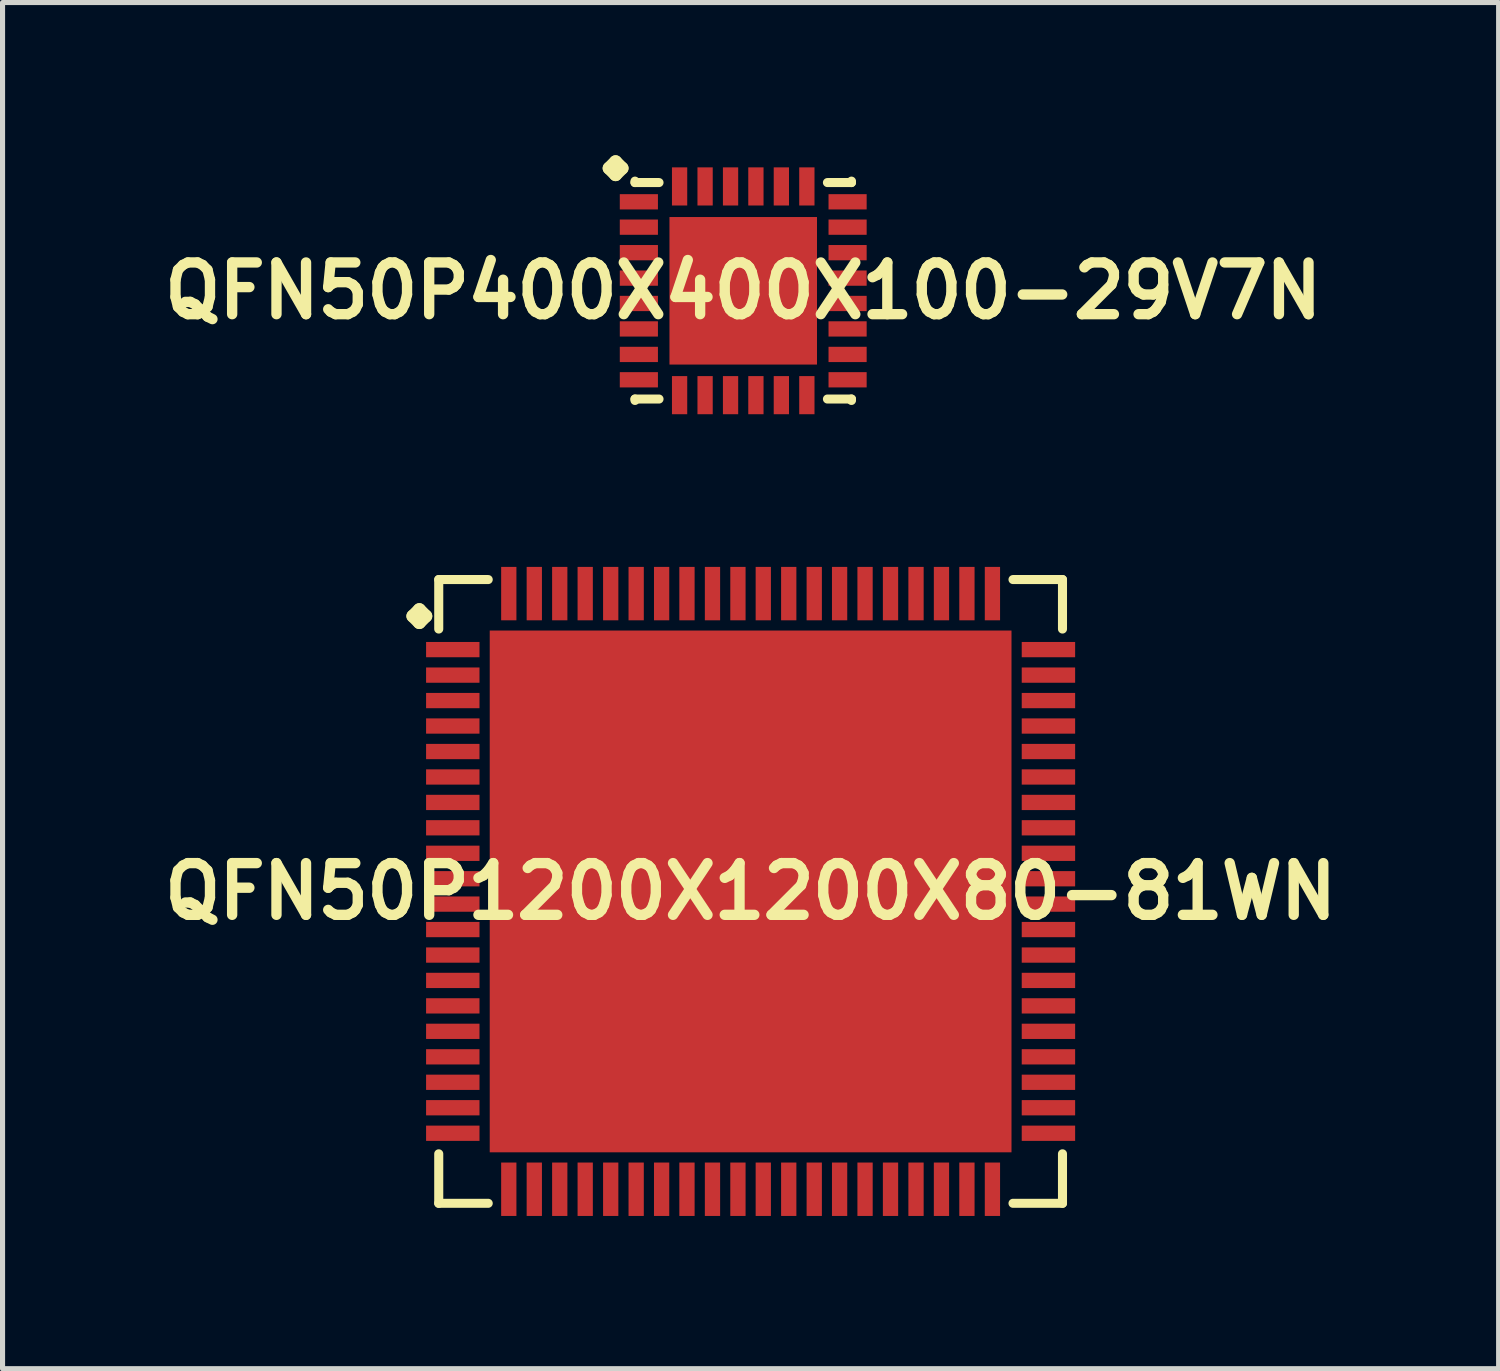
<source format=kicad_pcb>
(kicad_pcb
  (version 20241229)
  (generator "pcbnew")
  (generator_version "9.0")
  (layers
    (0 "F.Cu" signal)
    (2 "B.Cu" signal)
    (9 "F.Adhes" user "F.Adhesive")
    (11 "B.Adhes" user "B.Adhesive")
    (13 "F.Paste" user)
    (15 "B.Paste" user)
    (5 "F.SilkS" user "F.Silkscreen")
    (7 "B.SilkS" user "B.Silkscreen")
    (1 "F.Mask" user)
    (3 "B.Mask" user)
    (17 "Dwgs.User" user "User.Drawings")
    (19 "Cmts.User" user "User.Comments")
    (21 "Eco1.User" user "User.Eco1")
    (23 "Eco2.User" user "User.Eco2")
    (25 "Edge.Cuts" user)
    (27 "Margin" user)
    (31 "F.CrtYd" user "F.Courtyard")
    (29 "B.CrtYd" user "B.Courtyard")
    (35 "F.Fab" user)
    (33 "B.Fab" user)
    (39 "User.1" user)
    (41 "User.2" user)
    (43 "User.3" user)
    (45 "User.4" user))
  (footprint "QFN50P400X400X100-29V7N"
    (layer "F.Cu")
    (at 11.549 2.662)
    (property "Reference" "QFN50P400X400X100-29V7N" (at 0 0 0) (layer "F.SilkS") (effects (font (size 1.016 1.016) (thickness 0.203))))
    (attr smd)
    (fp_line (start -2.634 -2.408) (end -2.507 -2.535) (stroke (width 0.254) (type solid)) (layer "F.SilkS"))
    (fp_line (start -2.507 -2.535) (end -2.38 -2.408) (stroke (width 0.254) (type solid)) (layer "F.SilkS"))
    (fp_line (start -2.507 -2.281) (end -2.634 -2.408) (stroke (width 0.254) (type solid)) (layer "F.SilkS"))
    (fp_line (start -2.38 -2.408) (end -2.507 -2.281) (stroke (width 0.254) (type solid)) (layer "F.SilkS"))
    (fp_line (start -2.126 -2.154) (end -2.126 -2.126) (stroke (width 0.178) (type solid)) (layer "F.SilkS"))
    (fp_line (start -2.126 -2.126) (end -1.654 -2.126) (stroke (width 0.178) (type solid)) (layer "F.SilkS"))
    (fp_line (start -2.126 2.126) (end -1.654 2.126) (stroke (width 0.178) (type solid)) (layer "F.SilkS"))
    (fp_line (start -2.126 2.154) (end -2.126 2.126) (stroke (width 0.178) (type solid)) (layer "F.SilkS"))
    (fp_line (start 1.654 -2.126) (end 2.126 -2.126) (stroke (width 0.178) (type solid)) (layer "F.SilkS"))
    (fp_line (start 1.654 2.126) (end 2.126 2.126) (stroke (width 0.178) (type solid)) (layer "F.SilkS"))
    (fp_line (start 2.126 -2.126) (end 2.126 -2.154) (stroke (width 0.178) (type solid)) (layer "F.SilkS"))
    (fp_line (start 2.126 2.126) (end 2.126 2.154) (stroke (width 0.178) (type solid)) (layer "F.SilkS"))
    (pad "1" smd rect (at -2.05 -1.748) (size 0.749 0.3) (layers "F.Cu" "F.Mask" "F.Paste"))
    (pad "2" smd rect (at -2.05 -1.25) (size 0.749 0.3) (layers "F.Cu" "F.Mask" "F.Paste"))
    (pad "3" smd rect (at -2.05 -0.749) (size 0.749 0.3) (layers "F.Cu" "F.Mask" "F.Paste"))
    (pad "4" smd rect (at -2.05 -0.249) (size 0.749 0.3) (layers "F.Cu" "F.Mask" "F.Paste"))
    (pad "5" smd rect (at -2.05 0.249) (size 0.749 0.3) (layers "F.Cu" "F.Mask" "F.Paste"))
    (pad "6" smd rect (at -2.05 0.749) (size 0.749 0.3) (layers "F.Cu" "F.Mask" "F.Paste"))
    (pad "7" smd rect (at -2.05 1.25) (size 0.749 0.3) (layers "F.Cu" "F.Mask" "F.Paste"))
    (pad "8" smd rect (at -2.05 1.748) (size 0.749 0.3) (layers "F.Cu" "F.Mask" "F.Paste"))
    (pad "9" smd rect (at -1.25 2.05) (size 0.3 0.749) (layers "F.Cu" "F.Mask" "F.Paste"))
    (pad "10" smd rect (at -0.749 2.05) (size 0.3 0.749) (layers "F.Cu" "F.Mask" "F.Paste"))
    (pad "11" smd rect (at -0.249 2.05) (size 0.3 0.749) (layers "F.Cu" "F.Mask" "F.Paste"))
    (pad "12" smd rect (at 0.249 2.05) (size 0.3 0.749) (layers "F.Cu" "F.Mask" "F.Paste"))
    (pad "13" smd rect (at 0.749 2.05) (size 0.3 0.749) (layers "F.Cu" "F.Mask" "F.Paste"))
    (pad "14" smd rect (at 1.25 2.05) (size 0.3 0.749) (layers "F.Cu" "F.Mask" "F.Paste"))
    (pad "15" smd rect (at 2.05 1.748) (size 0.749 0.3) (layers "F.Cu" "F.Mask" "F.Paste"))
    (pad "16" smd rect (at 2.05 1.25) (size 0.749 0.3) (layers "F.Cu" "F.Mask" "F.Paste"))
    (pad "17" smd rect (at 2.05 0.749) (size 0.749 0.3) (layers "F.Cu" "F.Mask" "F.Paste"))
    (pad "18" smd rect (at 2.05 0.249) (size 0.749 0.3) (layers "F.Cu" "F.Mask" "F.Paste"))
    (pad "19" smd rect (at 2.05 -0.249) (size 0.749 0.3) (layers "F.Cu" "F.Mask" "F.Paste"))
    (pad "20" smd rect (at 2.05 -0.749) (size 0.749 0.3) (layers "F.Cu" "F.Mask" "F.Paste"))
    (pad "21" smd rect (at 2.05 -1.25) (size 0.749 0.3) (layers "F.Cu" "F.Mask" "F.Paste"))
    (pad "22" smd rect (at 2.05 -1.748) (size 0.749 0.3) (layers "F.Cu" "F.Mask" "F.Paste"))
    (pad "23" smd rect (at 1.25 -2.05) (size 0.3 0.749) (layers "F.Cu" "F.Mask" "F.Paste"))
    (pad "24" smd rect (at 0.749 -2.05) (size 0.3 0.749) (layers "F.Cu" "F.Mask" "F.Paste"))
    (pad "25" smd rect (at 0.249 -2.05) (size 0.3 0.749) (layers "F.Cu" "F.Mask" "F.Paste"))
    (pad "26" smd rect (at -0.249 -2.05) (size 0.3 0.749) (layers "F.Cu" "F.Mask" "F.Paste"))
    (pad "27" smd rect (at -0.749 -2.05) (size 0.3 0.749) (layers "F.Cu" "F.Mask" "F.Paste"))
    (pad "28" smd rect (at -1.25 -2.05) (size 0.3 0.749) (layers "F.Cu" "F.Mask" "F.Paste"))
    (pad "29" smd rect (at 0 0) (size 2.898 2.898) (layers "F.Cu" "F.Mask" "F.Paste")))
  (footprint "QFN50P1200X1200X80-81WN"
    (layer "F.Cu")
    (at 11.694 14.46)
    (property "Reference" "QFN50P1200X1200X80-81WN" (at 0 0 0) (layer "F.SilkS") (effects (font (size 1.016 1.016) (thickness 0.203))))
    (attr smd)
    (fp_line (start -6.634 -5.408) (end -6.507 -5.535) (stroke (width 0.254) (type solid)) (layer "F.SilkS"))
    (fp_line (start -6.507 -5.535) (end -6.38 -5.408) (stroke (width 0.254) (type solid)) (layer "F.SilkS"))
    (fp_line (start -6.507 -5.281) (end -6.634 -5.408) (stroke (width 0.254) (type solid)) (layer "F.SilkS"))
    (fp_line (start -6.38 -5.408) (end -6.507 -5.281) (stroke (width 0.254) (type solid)) (layer "F.SilkS"))
    (fp_line (start -6.126 -6.126) (end -5.154 -6.126) (stroke (width 0.178) (type solid)) (layer "F.SilkS"))
    (fp_line (start -6.126 -5.154) (end -6.126 -6.126) (stroke (width 0.178) (type solid)) (layer "F.SilkS"))
    (fp_line (start -6.126 5.154) (end -6.126 6.126) (stroke (width 0.178) (type solid)) (layer "F.SilkS"))
    (fp_line (start -6.126 6.126) (end -5.154 6.126) (stroke (width 0.178) (type solid)) (layer "F.SilkS"))
    (fp_line (start 5.154 -6.126) (end 6.126 -6.126) (stroke (width 0.178) (type solid)) (layer "F.SilkS"))
    (fp_line (start 5.154 6.126) (end 6.126 6.126) (stroke (width 0.178) (type solid)) (layer "F.SilkS"))
    (fp_line (start 6.126 -6.126) (end 6.126 -5.154) (stroke (width 0.178) (type solid)) (layer "F.SilkS"))
    (fp_line (start 6.126 6.126) (end 6.126 5.154) (stroke (width 0.178) (type solid)) (layer "F.SilkS"))
    (pad "1" smd rect (at -5.85 -4.75) (size 1.049 0.3) (layers "F.Cu" "F.Mask" "F.Paste"))
    (pad "2" smd rect (at -5.85 -4.249) (size 1.049 0.3) (layers "F.Cu" "F.Mask" "F.Paste"))
    (pad "3" smd rect (at -5.85 -3.749) (size 1.049 0.3) (layers "F.Cu" "F.Mask" "F.Paste"))
    (pad "4" smd rect (at -5.85 -3.249) (size 1.049 0.3) (layers "F.Cu" "F.Mask" "F.Paste"))
    (pad "5" smd rect (at -5.85 -2.748) (size 1.049 0.3) (layers "F.Cu" "F.Mask" "F.Paste"))
    (pad "6" smd rect (at -5.85 -2.248) (size 1.049 0.3) (layers "F.Cu" "F.Mask" "F.Paste"))
    (pad "7" smd rect (at -5.85 -1.748) (size 1.049 0.3) (layers "F.Cu" "F.Mask" "F.Paste"))
    (pad "8" smd rect (at -5.85 -1.25) (size 1.049 0.3) (layers "F.Cu" "F.Mask" "F.Paste"))
    (pad "9" smd rect (at -5.85 -0.749) (size 1.049 0.3) (layers "F.Cu" "F.Mask" "F.Paste"))
    (pad "10" smd rect (at -5.85 -0.249) (size 1.049 0.3) (layers "F.Cu" "F.Mask" "F.Paste"))
    (pad "11" smd rect (at -5.85 0.249) (size 1.049 0.3) (layers "F.Cu" "F.Mask" "F.Paste"))
    (pad "12" smd rect (at -5.85 0.749) (size 1.049 0.3) (layers "F.Cu" "F.Mask" "F.Paste"))
    (pad "13" smd rect (at -5.85 1.25) (size 1.049 0.3) (layers "F.Cu" "F.Mask" "F.Paste"))
    (pad "14" smd rect (at -5.85 1.748) (size 1.049 0.3) (layers "F.Cu" "F.Mask" "F.Paste"))
    (pad "15" smd rect (at -5.85 2.248) (size 1.049 0.3) (layers "F.Cu" "F.Mask" "F.Paste"))
    (pad "16" smd rect (at -5.85 2.748) (size 1.049 0.3) (layers "F.Cu" "F.Mask" "F.Paste"))
    (pad "17" smd rect (at -5.85 3.249) (size 1.049 0.3) (layers "F.Cu" "F.Mask" "F.Paste"))
    (pad "18" smd rect (at -5.85 3.749) (size 1.049 0.3) (layers "F.Cu" "F.Mask" "F.Paste"))
    (pad "19" smd rect (at -5.85 4.249) (size 1.049 0.3) (layers "F.Cu" "F.Mask" "F.Paste"))
    (pad "20" smd rect (at -5.85 4.75) (size 1.049 0.3) (layers "F.Cu" "F.Mask" "F.Paste"))
    (pad "21" smd rect (at -4.75 5.85) (size 0.3 1.049) (layers "F.Cu" "F.Mask" "F.Paste"))
    (pad "22" smd rect (at -4.249 5.85) (size 0.3 1.049) (layers "F.Cu" "F.Mask" "F.Paste"))
    (pad "23" smd rect (at -3.749 5.85) (size 0.3 1.049) (layers "F.Cu" "F.Mask" "F.Paste"))
    (pad "24" smd rect (at -3.249 5.85) (size 0.3 1.049) (layers "F.Cu" "F.Mask" "F.Paste"))
    (pad "25" smd rect (at -2.748 5.85) (size 0.3 1.049) (layers "F.Cu" "F.Mask" "F.Paste"))
    (pad "26" smd rect (at -2.248 5.85) (size 0.3 1.049) (layers "F.Cu" "F.Mask" "F.Paste"))
    (pad "27" smd rect (at -1.748 5.85) (size 0.3 1.049) (layers "F.Cu" "F.Mask" "F.Paste"))
    (pad "28" smd rect (at -1.25 5.85) (size 0.3 1.049) (layers "F.Cu" "F.Mask" "F.Paste"))
    (pad "29" smd rect (at -0.749 5.85) (size 0.3 1.049) (layers "F.Cu" "F.Mask" "F.Paste"))
    (pad "30" smd rect (at -0.249 5.85) (size 0.3 1.049) (layers "F.Cu" "F.Mask" "F.Paste"))
    (pad "31" smd rect (at 0.249 5.85) (size 0.3 1.049) (layers "F.Cu" "F.Mask" "F.Paste"))
    (pad "32" smd rect (at 0.749 5.85) (size 0.3 1.049) (layers "F.Cu" "F.Mask" "F.Paste"))
    (pad "33" smd rect (at 1.25 5.85) (size 0.3 1.049) (layers "F.Cu" "F.Mask" "F.Paste"))
    (pad "34" smd rect (at 1.748 5.85) (size 0.3 1.049) (layers "F.Cu" "F.Mask" "F.Paste"))
    (pad "35" smd rect (at 2.248 5.85) (size 0.3 1.049) (layers "F.Cu" "F.Mask" "F.Paste"))
    (pad "36" smd rect (at 2.748 5.85) (size 0.3 1.049) (layers "F.Cu" "F.Mask" "F.Paste"))
    (pad "37" smd rect (at 3.249 5.85) (size 0.3 1.049) (layers "F.Cu" "F.Mask" "F.Paste"))
    (pad "38" smd rect (at 3.749 5.85) (size 0.3 1.049) (layers "F.Cu" "F.Mask" "F.Paste"))
    (pad "39" smd rect (at 4.249 5.85) (size 0.3 1.049) (layers "F.Cu" "F.Mask" "F.Paste"))
    (pad "40" smd rect (at 4.75 5.85) (size 0.3 1.049) (layers "F.Cu" "F.Mask" "F.Paste"))
    (pad "41" smd rect (at 5.85 4.75) (size 1.049 0.3) (layers "F.Cu" "F.Mask" "F.Paste"))
    (pad "42" smd rect (at 5.85 4.249) (size 1.049 0.3) (layers "F.Cu" "F.Mask" "F.Paste"))
    (pad "43" smd rect (at 5.85 3.749) (size 1.049 0.3) (layers "F.Cu" "F.Mask" "F.Paste"))
    (pad "44" smd rect (at 5.85 3.249) (size 1.049 0.3) (layers "F.Cu" "F.Mask" "F.Paste"))
    (pad "45" smd rect (at 5.85 2.748) (size 1.049 0.3) (layers "F.Cu" "F.Mask" "F.Paste"))
    (pad "46" smd rect (at 5.85 2.248) (size 1.049 0.3) (layers "F.Cu" "F.Mask" "F.Paste"))
    (pad "47" smd rect (at 5.85 1.748) (size 1.049 0.3) (layers "F.Cu" "F.Mask" "F.Paste"))
    (pad "48" smd rect (at 5.85 1.25) (size 1.049 0.3) (layers "F.Cu" "F.Mask" "F.Paste"))
    (pad "49" smd rect (at 5.85 0.749) (size 1.049 0.3) (layers "F.Cu" "F.Mask" "F.Paste"))
    (pad "50" smd rect (at 5.85 0.249) (size 1.049 0.3) (layers "F.Cu" "F.Mask" "F.Paste"))
    (pad "51" smd rect (at 5.85 -0.249) (size 1.049 0.3) (layers "F.Cu" "F.Mask" "F.Paste"))
    (pad "52" smd rect (at 5.85 -0.749) (size 1.049 0.3) (layers "F.Cu" "F.Mask" "F.Paste"))
    (pad "53" smd rect (at 5.85 -1.25) (size 1.049 0.3) (layers "F.Cu" "F.Mask" "F.Paste"))
    (pad "54" smd rect (at 5.85 -1.748) (size 1.049 0.3) (layers "F.Cu" "F.Mask" "F.Paste"))
    (pad "55" smd rect (at 5.85 -2.248) (size 1.049 0.3) (layers "F.Cu" "F.Mask" "F.Paste"))
    (pad "56" smd rect (at 5.85 -2.748) (size 1.049 0.3) (layers "F.Cu" "F.Mask" "F.Paste"))
    (pad "57" smd rect (at 5.85 -3.249) (size 1.049 0.3) (layers "F.Cu" "F.Mask" "F.Paste"))
    (pad "58" smd rect (at 5.85 -3.749) (size 1.049 0.3) (layers "F.Cu" "F.Mask" "F.Paste"))
    (pad "59" smd rect (at 5.85 -4.249) (size 1.049 0.3) (layers "F.Cu" "F.Mask" "F.Paste"))
    (pad "60" smd rect (at 5.85 -4.75) (size 1.049 0.3) (layers "F.Cu" "F.Mask" "F.Paste"))
    (pad "61" smd rect (at 4.75 -5.85) (size 0.3 1.049) (layers "F.Cu" "F.Mask" "F.Paste"))
    (pad "62" smd rect (at 4.249 -5.85) (size 0.3 1.049) (layers "F.Cu" "F.Mask" "F.Paste"))
    (pad "63" smd rect (at 3.749 -5.85) (size 0.3 1.049) (layers "F.Cu" "F.Mask" "F.Paste"))
    (pad "64" smd rect (at 3.249 -5.85) (size 0.3 1.049) (layers "F.Cu" "F.Mask" "F.Paste"))
    (pad "65" smd rect (at 2.748 -5.85) (size 0.3 1.049) (layers "F.Cu" "F.Mask" "F.Paste"))
    (pad "66" smd rect (at 2.248 -5.85) (size 0.3 1.049) (layers "F.Cu" "F.Mask" "F.Paste"))
    (pad "67" smd rect (at 1.748 -5.85) (size 0.3 1.049) (layers "F.Cu" "F.Mask" "F.Paste"))
    (pad "68" smd rect (at 1.25 -5.85) (size 0.3 1.049) (layers "F.Cu" "F.Mask" "F.Paste"))
    (pad "69" smd rect (at 0.749 -5.85) (size 0.3 1.049) (layers "F.Cu" "F.Mask" "F.Paste"))
    (pad "70" smd rect (at 0.249 -5.85) (size 0.3 1.049) (layers "F.Cu" "F.Mask" "F.Paste"))
    (pad "71" smd rect (at -0.249 -5.85) (size 0.3 1.049) (layers "F.Cu" "F.Mask" "F.Paste"))
    (pad "72" smd rect (at -0.749 -5.85) (size 0.3 1.049) (layers "F.Cu" "F.Mask" "F.Paste"))
    (pad "73" smd rect (at -1.25 -5.85) (size 0.3 1.049) (layers "F.Cu" "F.Mask" "F.Paste"))
    (pad "74" smd rect (at -1.748 -5.85) (size 0.3 1.049) (layers "F.Cu" "F.Mask" "F.Paste"))
    (pad "75" smd rect (at -2.248 -5.85) (size 0.3 1.049) (layers "F.Cu" "F.Mask" "F.Paste"))
    (pad "76" smd rect (at -2.748 -5.85) (size 0.3 1.049) (layers "F.Cu" "F.Mask" "F.Paste"))
    (pad "77" smd rect (at -3.249 -5.85) (size 0.3 1.049) (layers "F.Cu" "F.Mask" "F.Paste"))
    (pad "78" smd rect (at -3.749 -5.85) (size 0.3 1.049) (layers "F.Cu" "F.Mask" "F.Paste"))
    (pad "79" smd rect (at -4.249 -5.85) (size 0.3 1.049) (layers "F.Cu" "F.Mask" "F.Paste"))
    (pad "80" smd rect (at -4.75 -5.85) (size 0.3 1.049) (layers "F.Cu" "F.Mask" "F.Paste"))
    (pad "81" smd rect (at 0 0) (size 10.249 10.249) (layers "F.Cu" "F.Mask" "F.Paste")))
  (gr_rect
    (start -3 -3)
    (end 26.387 23.835)
    (stroke (width 0.1) (type default))
    (fill no)
    (layer "Edge.Cuts")))
</source>
